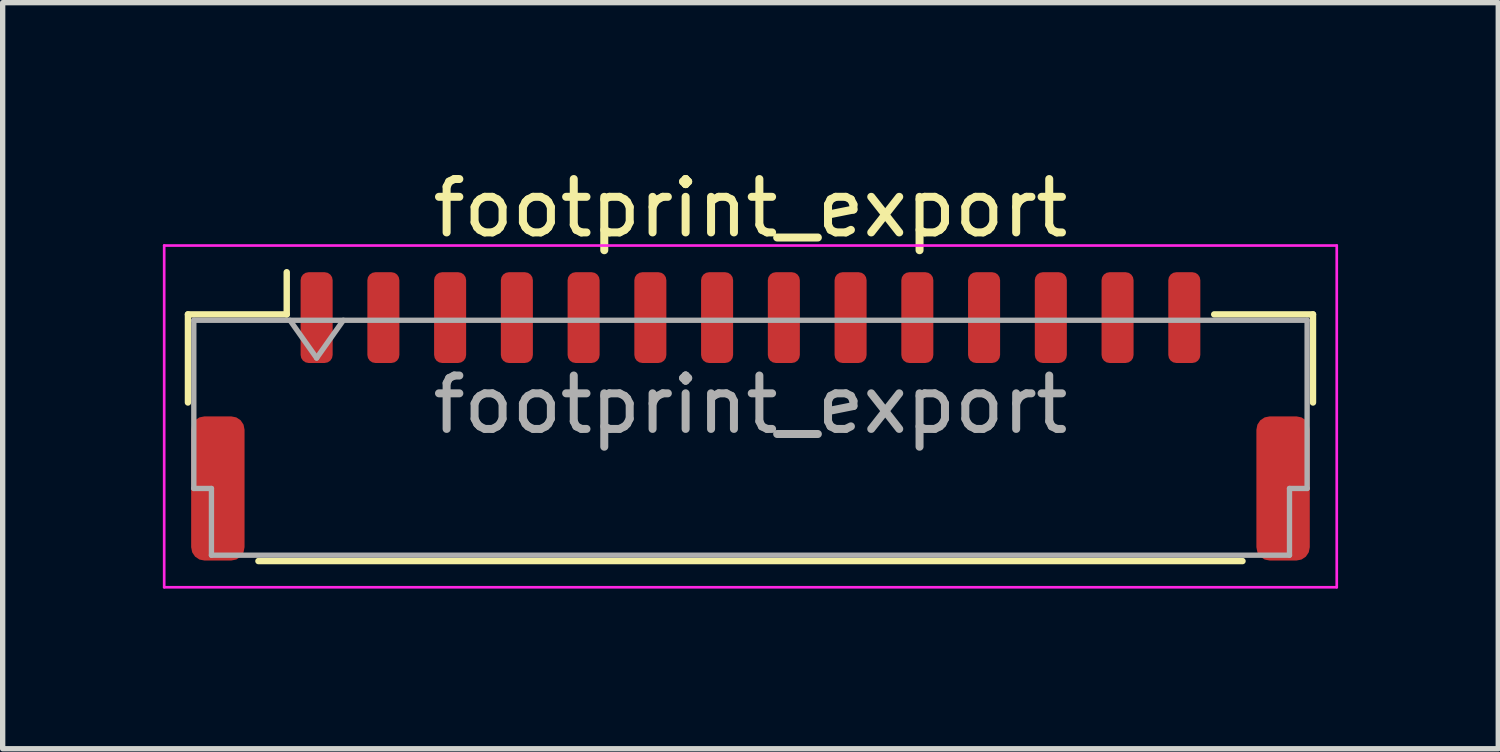
<source format=kicad_pcb>
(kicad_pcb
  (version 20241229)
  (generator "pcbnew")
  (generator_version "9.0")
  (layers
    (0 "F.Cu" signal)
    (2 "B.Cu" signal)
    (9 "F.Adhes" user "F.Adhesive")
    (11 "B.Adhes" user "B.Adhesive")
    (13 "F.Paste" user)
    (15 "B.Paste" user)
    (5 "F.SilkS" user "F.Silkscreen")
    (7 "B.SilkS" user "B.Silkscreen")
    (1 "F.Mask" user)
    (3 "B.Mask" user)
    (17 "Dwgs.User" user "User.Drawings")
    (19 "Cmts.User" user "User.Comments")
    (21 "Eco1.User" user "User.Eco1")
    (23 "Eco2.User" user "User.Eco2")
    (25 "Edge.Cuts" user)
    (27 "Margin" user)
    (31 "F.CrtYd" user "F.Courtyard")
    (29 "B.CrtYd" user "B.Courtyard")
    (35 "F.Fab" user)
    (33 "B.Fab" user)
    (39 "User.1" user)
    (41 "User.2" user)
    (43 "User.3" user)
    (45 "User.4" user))
  (footprint "footprint_export"
    (layer "F.Cu")
    (at 11.005 4.748)
    (property "Reference" "footprint_export" (at 0 -3.9 0) (layer "F.SilkS") (effects (font (size 1 1) (thickness 0.15))))
    (attr smd)
    (fp_line (start -10.535 -1.91) (end -8.685 -1.91) (stroke (width 0.12) (type solid)) (layer "F.SilkS"))
    (fp_line (start -10.535 -0.26) (end -10.535 -1.91) (stroke (width 0.12) (type solid)) (layer "F.SilkS"))
    (fp_line (start -9.215 2.71) (end 9.215 2.71) (stroke (width 0.12) (type solid)) (layer "F.SilkS"))
    (fp_line (start -8.685 -1.91) (end -8.685 -2.7) (stroke (width 0.12) (type solid)) (layer "F.SilkS"))
    (fp_line (start 10.535 -1.91) (end 8.685 -1.91) (stroke (width 0.12) (type solid)) (layer "F.SilkS"))
    (fp_line (start 10.535 -0.26) (end 10.535 -1.91) (stroke (width 0.12) (type solid)) (layer "F.SilkS"))
    (fp_line (start -10.98 -3.2) (end -10.98 3.2) (stroke (width 0.05) (type solid)) (layer "F.CrtYd"))
    (fp_line (start -10.98 3.2) (end 10.98 3.2) (stroke (width 0.05) (type solid)) (layer "F.CrtYd"))
    (fp_line (start 10.98 -3.2) (end -10.98 -3.2) (stroke (width 0.05) (type solid)) (layer "F.CrtYd"))
    (fp_line (start 10.98 3.2) (end 10.98 -3.2) (stroke (width 0.05) (type solid)) (layer "F.CrtYd"))
    (fp_line (start -10.425 -1.8) (end -10.425 1.35) (stroke (width 0.1) (type solid)) (layer "F.Fab"))
    (fp_line (start -10.425 -1.8) (end 10.425 -1.8) (stroke (width 0.1) (type solid)) (layer "F.Fab"))
    (fp_line (start -10.425 1.35) (end -10.095 1.35) (stroke (width 0.1) (type solid)) (layer "F.Fab"))
    (fp_line (start -10.095 1.35) (end -10.095 2.6) (stroke (width 0.1) (type solid)) (layer "F.Fab"))
    (fp_line (start -10.095 2.6) (end 10.095 2.6) (stroke (width 0.1) (type solid)) (layer "F.Fab"))
    (fp_line (start -8.625 -1.8) (end -8.125 -1.093) (stroke (width 0.1) (type solid)) (layer "F.Fab"))
    (fp_line (start -8.125 -1.093) (end -7.625 -1.8) (stroke (width 0.1) (type solid)) (layer "F.Fab"))
    (fp_line (start 10.095 1.35) (end 10.425 1.35) (stroke (width 0.1) (type solid)) (layer "F.Fab"))
    (fp_line (start 10.095 2.6) (end 10.095 1.35) (stroke (width 0.1) (type solid)) (layer "F.Fab"))
    (fp_line (start 10.425 -1.8) (end 10.425 1.35) (stroke (width 0.1) (type solid)) (layer "F.Fab"))
    (fp_text user "${REFERENCE}" (at 0 -0.22 0) (layer "F.Fab") (effects (font (size 1 1) (thickness 0.15))))
    (pad "1" smd roundrect (at -8.125 -1.85) (size 0.6 1.7) (layers "F.Cu" "F.Mask" "F.Paste") (roundrect_rratio 0.25))
    (pad "2" smd roundrect (at -6.875 -1.85) (size 0.6 1.7) (layers "F.Cu" "F.Mask" "F.Paste") (roundrect_rratio 0.25))
    (pad "3" smd roundrect (at -5.625 -1.85) (size 0.6 1.7) (layers "F.Cu" "F.Mask" "F.Paste") (roundrect_rratio 0.25))
    (pad "4" smd roundrect (at -4.375 -1.85) (size 0.6 1.7) (layers "F.Cu" "F.Mask" "F.Paste") (roundrect_rratio 0.25))
    (pad "5" smd roundrect (at -3.125 -1.85) (size 0.6 1.7) (layers "F.Cu" "F.Mask" "F.Paste") (roundrect_rratio 0.25))
    (pad "6" smd roundrect (at -1.875 -1.85) (size 0.6 1.7) (layers "F.Cu" "F.Mask" "F.Paste") (roundrect_rratio 0.25))
    (pad "7" smd roundrect (at -0.625 -1.85) (size 0.6 1.7) (layers "F.Cu" "F.Mask" "F.Paste") (roundrect_rratio 0.25))
    (pad "8" smd roundrect (at 0.625 -1.85) (size 0.6 1.7) (layers "F.Cu" "F.Mask" "F.Paste") (roundrect_rratio 0.25))
    (pad "9" smd roundrect (at 1.875 -1.85) (size 0.6 1.7) (layers "F.Cu" "F.Mask" "F.Paste") (roundrect_rratio 0.25))
    (pad "10" smd roundrect (at 3.125 -1.85) (size 0.6 1.7) (layers "F.Cu" "F.Mask" "F.Paste") (roundrect_rratio 0.25))
    (pad "11" smd roundrect (at 4.375 -1.85) (size 0.6 1.7) (layers "F.Cu" "F.Mask" "F.Paste") (roundrect_rratio 0.25))
    (pad "12" smd roundrect (at 5.625 -1.85) (size 0.6 1.7) (layers "F.Cu" "F.Mask" "F.Paste") (roundrect_rratio 0.25))
    (pad "13" smd roundrect (at 6.875 -1.85) (size 0.6 1.7) (layers "F.Cu" "F.Mask" "F.Paste") (roundrect_rratio 0.25))
    (pad "14" smd roundrect (at 8.125 -1.85) (size 0.6 1.7) (layers "F.Cu" "F.Mask" "F.Paste") (roundrect_rratio 0.25))
    (pad "MP" smd roundrect (at -9.975 1.35) (size 1 2.7) (layers "F.Cu" "F.Mask" "F.Paste") (roundrect_rratio 0.25))
    (pad "MP" smd roundrect (at 9.975 1.35) (size 1 2.7) (layers "F.Cu" "F.Mask" "F.Paste") (roundrect_rratio 0.25)))
  (gr_rect
    (start -3 -3)
    (end 25.01 10.973)
    (stroke (width 0.1) (type default))
    (fill no)
    (layer "Edge.Cuts")))
</source>
